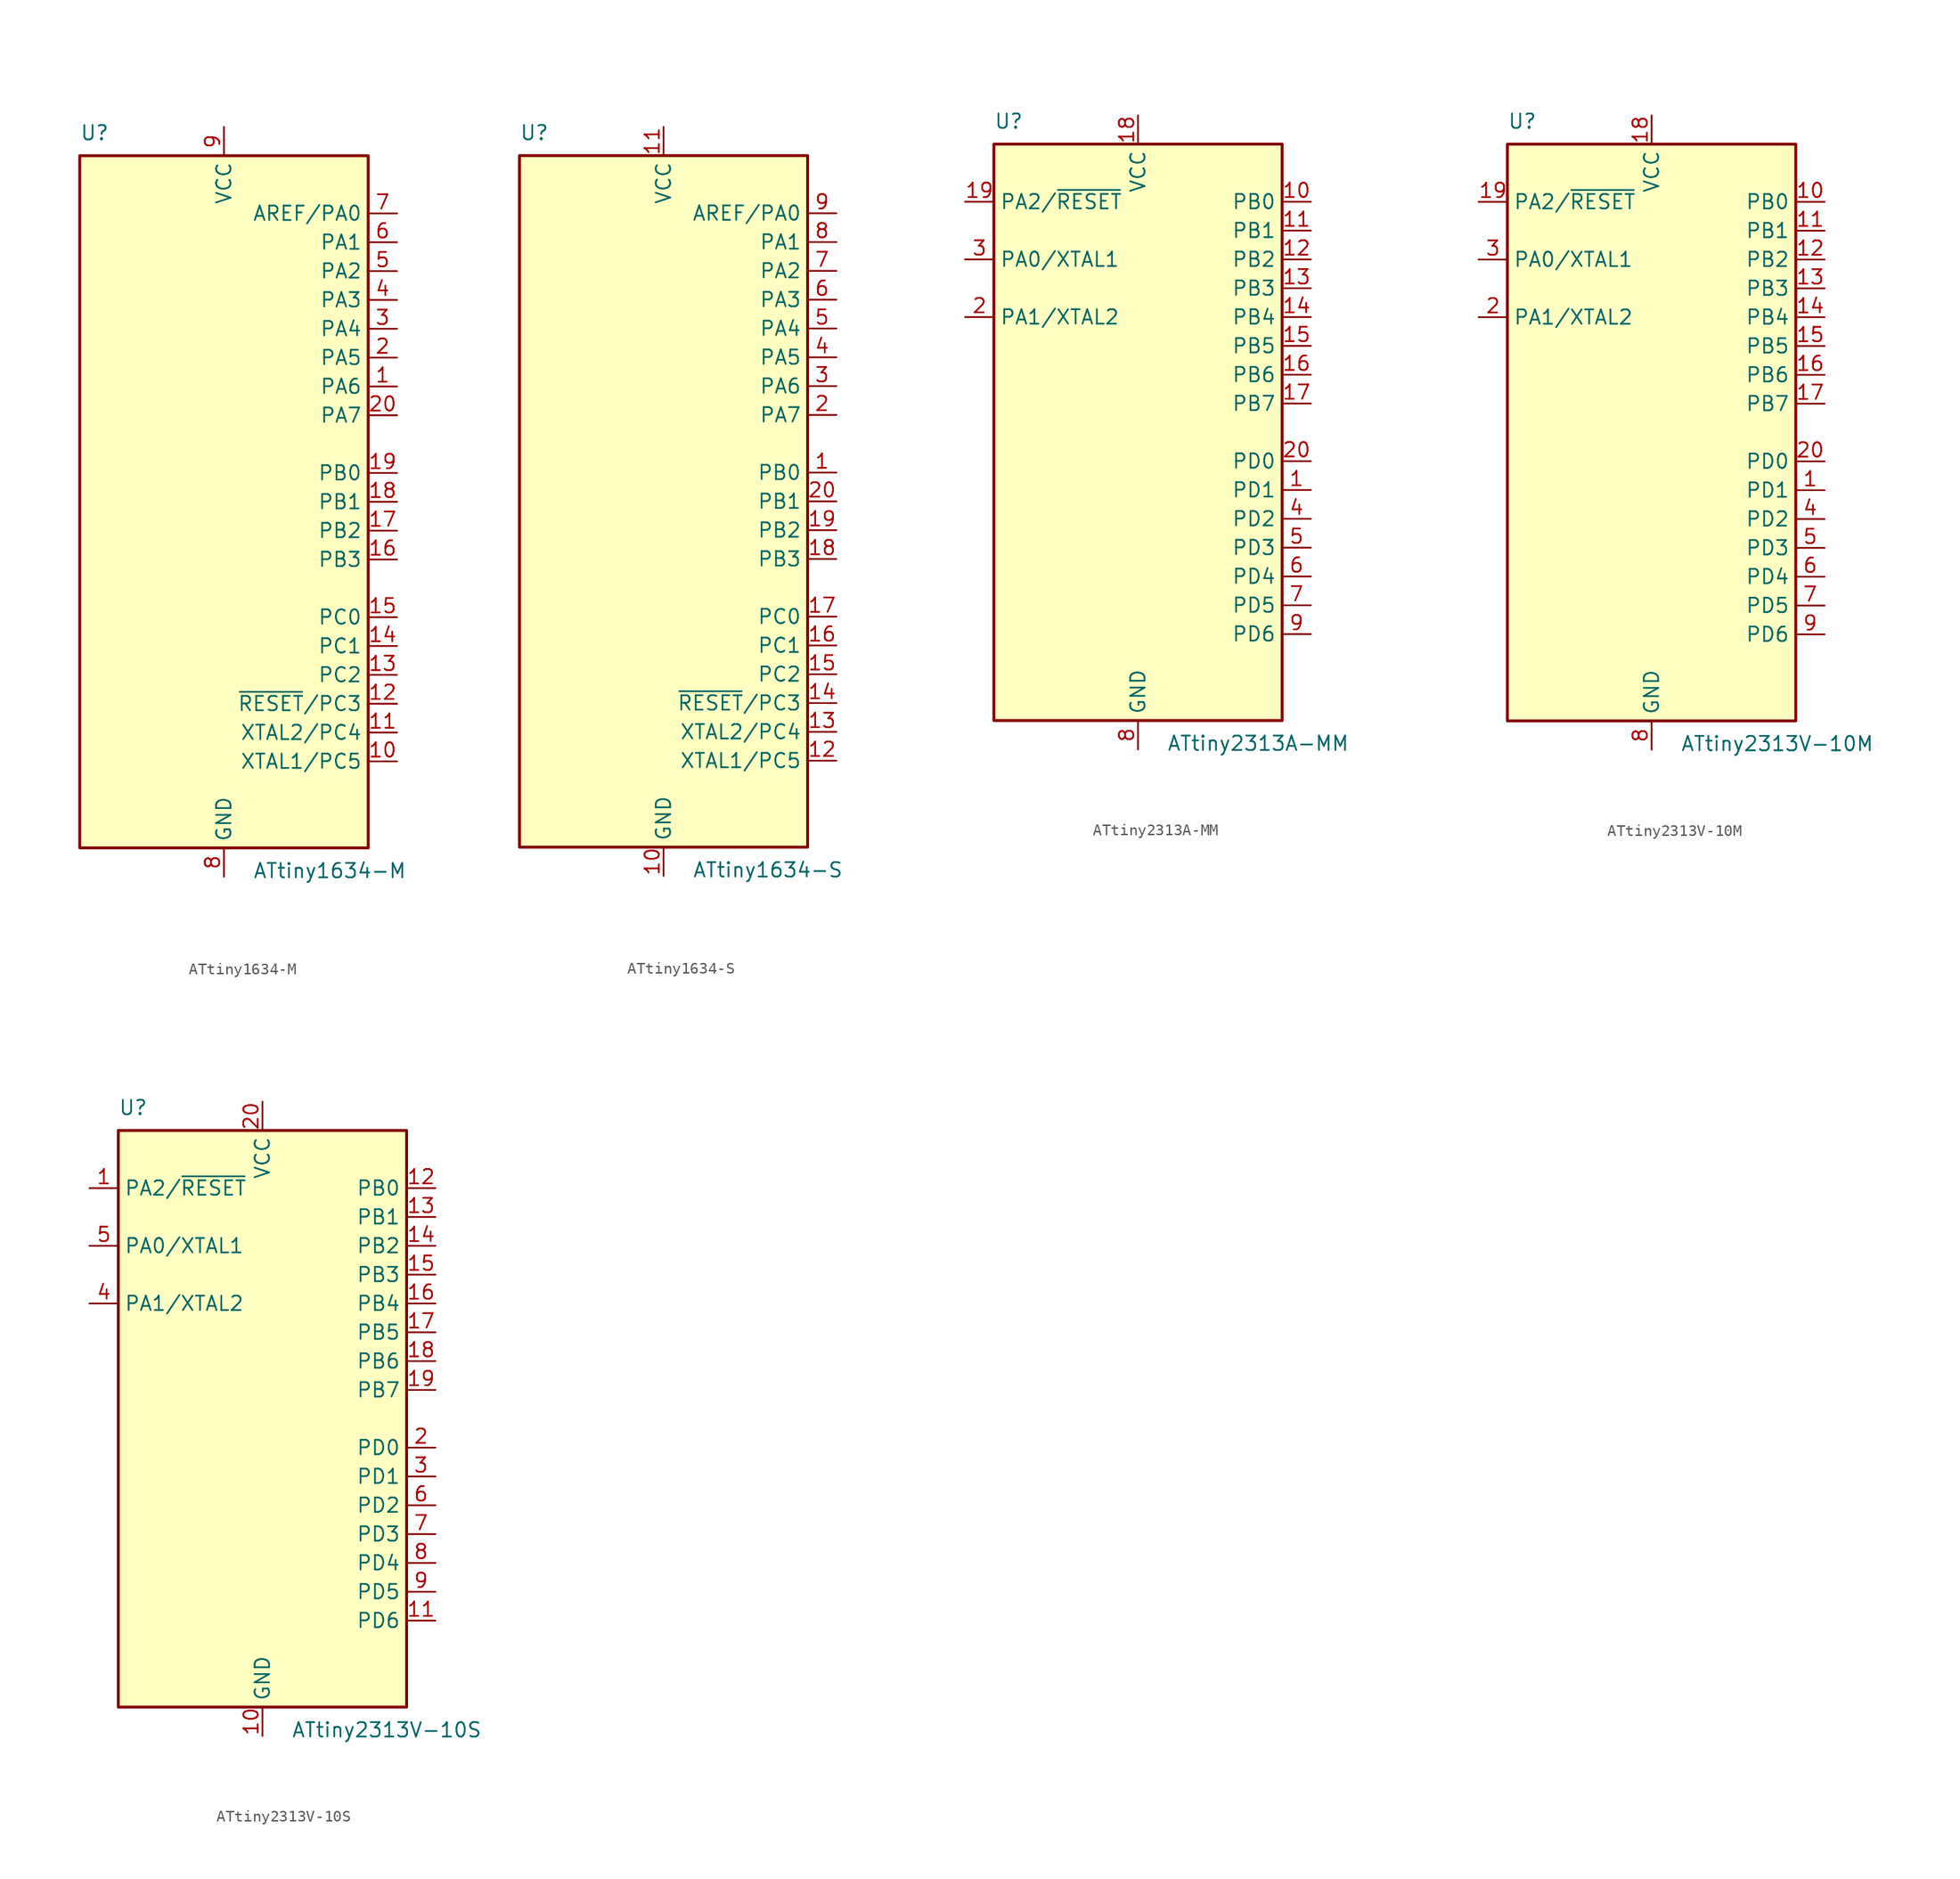
<source format=kicad_sym>
(kicad_symbol_lib
  (version 20201005)
  (generator kicad_symbol_editor)
  (symbol "ATtiny1634-M"
    (property "Reference" "U"
      (at -12.7 31.75 0)
      (effects (font (size 1.27 1.27)) (justify left bottom)))
    (property "Value" "ATtiny1634-M"
      (at 2.54 -31.75 0)
      (effects (font (size 1.27 1.27)) (justify left top)))
    (symbol "ATtiny1634-M_0_1"
      (rectangle (start -12.7 -30.48) (end 12.7 30.48) (stroke (width 0.254)) (fill (type background))))
    (symbol "ATtiny1634-M_1_1"
      (pin bidirectional line (at 15.24 10.16 180) (length 2.54) (name "PA6" (effects (font (size 1.27 1.27)))) (number "1" (effects (font (size 1.27 1.27)))))
      (pin bidirectional line (at 15.24 -22.86 180) (length 2.54) (name "XTAL1/PC5" (effects (font (size 1.27 1.27)))) (number "10" (effects (font (size 1.27 1.27)))))
      (pin bidirectional line (at 15.24 -20.32 180) (length 2.54) (name "XTAL2/PC4" (effects (font (size 1.27 1.27)))) (number "11" (effects (font (size 1.27 1.27)))))
      (pin bidirectional line (at 15.24 -17.78 180) (length 2.54) (name "~RESET~/PC3" (effects (font (size 1.27 1.27)))) (number "12" (effects (font (size 1.27 1.27)))))
      (pin bidirectional line (at 15.24 -15.24 180) (length 2.54) (name "PC2" (effects (font (size 1.27 1.27)))) (number "13" (effects (font (size 1.27 1.27)))))
      (pin bidirectional line (at 15.24 -12.7 180) (length 2.54) (name "PC1" (effects (font (size 1.27 1.27)))) (number "14" (effects (font (size 1.27 1.27)))))
      (pin bidirectional line (at 15.24 -10.16 180) (length 2.54) (name "PC0" (effects (font (size 1.27 1.27)))) (number "15" (effects (font (size 1.27 1.27)))))
      (pin bidirectional line (at 15.24 -5.08 180) (length 2.54) (name "PB3" (effects (font (size 1.27 1.27)))) (number "16" (effects (font (size 1.27 1.27)))))
      (pin bidirectional line (at 15.24 -2.54 180) (length 2.54) (name "PB2" (effects (font (size 1.27 1.27)))) (number "17" (effects (font (size 1.27 1.27)))))
      (pin bidirectional line (at 15.24 0 180) (length 2.54) (name "PB1" (effects (font (size 1.27 1.27)))) (number "18" (effects (font (size 1.27 1.27)))))
      (pin bidirectional line (at 15.24 2.54 180) (length 2.54) (name "PB0" (effects (font (size 1.27 1.27)))) (number "19" (effects (font (size 1.27 1.27)))))
      (pin bidirectional line (at 15.24 12.7 180) (length 2.54) (name "PA5" (effects (font (size 1.27 1.27)))) (number "2" (effects (font (size 1.27 1.27)))))
      (pin bidirectional line (at 15.24 7.62 180) (length 2.54) (name "PA7" (effects (font (size 1.27 1.27)))) (number "20" (effects (font (size 1.27 1.27)))))
      (pin passive line (at 0 -33.02 90) (length 2.54) hide (name "GND" (effects (font (size 1.27 1.27)))) (number "21" (effects (font (size 1.27 1.27)))))
      (pin bidirectional line (at 15.24 15.24 180) (length 2.54) (name "PA4" (effects (font (size 1.27 1.27)))) (number "3" (effects (font (size 1.27 1.27)))))
      (pin bidirectional line (at 15.24 17.78 180) (length 2.54) (name "PA3" (effects (font (size 1.27 1.27)))) (number "4" (effects (font (size 1.27 1.27)))))
      (pin bidirectional line (at 15.24 20.32 180) (length 2.54) (name "PA2" (effects (font (size 1.27 1.27)))) (number "5" (effects (font (size 1.27 1.27)))))
      (pin bidirectional line (at 15.24 22.86 180) (length 2.54) (name "PA1" (effects (font (size 1.27 1.27)))) (number "6" (effects (font (size 1.27 1.27)))))
      (pin bidirectional line (at 15.24 25.4 180) (length 2.54) (name "AREF/PA0" (effects (font (size 1.27 1.27)))) (number "7" (effects (font (size 1.27 1.27)))))
      (pin power_in line (at 0 -33.02 90) (length 2.54) (name "GND" (effects (font (size 1.27 1.27)))) (number "8" (effects (font (size 1.27 1.27)))))
      (pin power_in line (at 0 33.02 270) (length 2.54) (name "VCC" (effects (font (size 1.27 1.27)))) (number "9" (effects (font (size 1.27 1.27)))))))
  (symbol "ATtiny1634-S"
    (property "Reference" "U"
      (at -12.7 31.75 0)
      (effects (font (size 1.27 1.27)) (justify left bottom)))
    (property "Value" "ATtiny1634-S"
      (at 2.54 -31.75 0)
      (effects (font (size 1.27 1.27)) (justify left top)))
    (symbol "ATtiny1634-S_0_1"
      (rectangle (start -12.7 -30.48) (end 12.7 30.48) (stroke (width 0.254)) (fill (type background))))
    (symbol "ATtiny1634-S_1_1"
      (pin bidirectional line (at 15.24 2.54 180) (length 2.54) (name "PB0" (effects (font (size 1.27 1.27)))) (number "1" (effects (font (size 1.27 1.27)))))
      (pin power_in line (at 0 -33.02 90) (length 2.54) (name "GND" (effects (font (size 1.27 1.27)))) (number "10" (effects (font (size 1.27 1.27)))))
      (pin power_in line (at 0 33.02 270) (length 2.54) (name "VCC" (effects (font (size 1.27 1.27)))) (number "11" (effects (font (size 1.27 1.27)))))
      (pin bidirectional line (at 15.24 -22.86 180) (length 2.54) (name "XTAL1/PC5" (effects (font (size 1.27 1.27)))) (number "12" (effects (font (size 1.27 1.27)))))
      (pin bidirectional line (at 15.24 -20.32 180) (length 2.54) (name "XTAL2/PC4" (effects (font (size 1.27 1.27)))) (number "13" (effects (font (size 1.27 1.27)))))
      (pin bidirectional line (at 15.24 -17.78 180) (length 2.54) (name "~RESET~/PC3" (effects (font (size 1.27 1.27)))) (number "14" (effects (font (size 1.27 1.27)))))
      (pin bidirectional line (at 15.24 -15.24 180) (length 2.54) (name "PC2" (effects (font (size 1.27 1.27)))) (number "15" (effects (font (size 1.27 1.27)))))
      (pin bidirectional line (at 15.24 -12.7 180) (length 2.54) (name "PC1" (effects (font (size 1.27 1.27)))) (number "16" (effects (font (size 1.27 1.27)))))
      (pin bidirectional line (at 15.24 -10.16 180) (length 2.54) (name "PC0" (effects (font (size 1.27 1.27)))) (number "17" (effects (font (size 1.27 1.27)))))
      (pin bidirectional line (at 15.24 -5.08 180) (length 2.54) (name "PB3" (effects (font (size 1.27 1.27)))) (number "18" (effects (font (size 1.27 1.27)))))
      (pin bidirectional line (at 15.24 -2.54 180) (length 2.54) (name "PB2" (effects (font (size 1.27 1.27)))) (number "19" (effects (font (size 1.27 1.27)))))
      (pin bidirectional line (at 15.24 7.62 180) (length 2.54) (name "PA7" (effects (font (size 1.27 1.27)))) (number "2" (effects (font (size 1.27 1.27)))))
      (pin bidirectional line (at 15.24 0 180) (length 2.54) (name "PB1" (effects (font (size 1.27 1.27)))) (number "20" (effects (font (size 1.27 1.27)))))
      (pin bidirectional line (at 15.24 10.16 180) (length 2.54) (name "PA6" (effects (font (size 1.27 1.27)))) (number "3" (effects (font (size 1.27 1.27)))))
      (pin bidirectional line (at 15.24 12.7 180) (length 2.54) (name "PA5" (effects (font (size 1.27 1.27)))) (number "4" (effects (font (size 1.27 1.27)))))
      (pin bidirectional line (at 15.24 15.24 180) (length 2.54) (name "PA4" (effects (font (size 1.27 1.27)))) (number "5" (effects (font (size 1.27 1.27)))))
      (pin bidirectional line (at 15.24 17.78 180) (length 2.54) (name "PA3" (effects (font (size 1.27 1.27)))) (number "6" (effects (font (size 1.27 1.27)))))
      (pin bidirectional line (at 15.24 20.32 180) (length 2.54) (name "PA2" (effects (font (size 1.27 1.27)))) (number "7" (effects (font (size 1.27 1.27)))))
      (pin bidirectional line (at 15.24 22.86 180) (length 2.54) (name "PA1" (effects (font (size 1.27 1.27)))) (number "8" (effects (font (size 1.27 1.27)))))
      (pin bidirectional line (at 15.24 25.4 180) (length 2.54) (name "AREF/PA0" (effects (font (size 1.27 1.27)))) (number "9" (effects (font (size 1.27 1.27)))))))
  (symbol "ATtiny2313A-MM"
    (property "Reference" "U"
      (at -12.7 26.67 0)
      (effects (font (size 1.27 1.27)) (justify left bottom)))
    (property "Value" "ATtiny2313A-MM"
      (at 2.54 -26.67 0)
      (effects (font (size 1.27 1.27)) (justify left top)))
    (symbol "ATtiny2313A-MM_0_1"
      (rectangle (start -12.7 -25.4) (end 12.7 25.4) (stroke (width 0.254)) (fill (type background))))
    (symbol "ATtiny2313A-MM_1_1"
      (pin bidirectional line (at 15.24 -5.08 180) (length 2.54) (name "PD1" (effects (font (size 1.27 1.27)))) (number "1" (effects (font (size 1.27 1.27)))))
      (pin bidirectional line (at 15.24 20.32 180) (length 2.54) (name "PB0" (effects (font (size 1.27 1.27)))) (number "10" (effects (font (size 1.27 1.27)))))
      (pin bidirectional line (at 15.24 17.78 180) (length 2.54) (name "PB1" (effects (font (size 1.27 1.27)))) (number "11" (effects (font (size 1.27 1.27)))))
      (pin bidirectional line (at 15.24 15.24 180) (length 2.54) (name "PB2" (effects (font (size 1.27 1.27)))) (number "12" (effects (font (size 1.27 1.27)))))
      (pin bidirectional line (at 15.24 12.7 180) (length 2.54) (name "PB3" (effects (font (size 1.27 1.27)))) (number "13" (effects (font (size 1.27 1.27)))))
      (pin bidirectional line (at 15.24 10.16 180) (length 2.54) (name "PB4" (effects (font (size 1.27 1.27)))) (number "14" (effects (font (size 1.27 1.27)))))
      (pin bidirectional line (at 15.24 7.62 180) (length 2.54) (name "PB5" (effects (font (size 1.27 1.27)))) (number "15" (effects (font (size 1.27 1.27)))))
      (pin bidirectional line (at 15.24 5.08 180) (length 2.54) (name "PB6" (effects (font (size 1.27 1.27)))) (number "16" (effects (font (size 1.27 1.27)))))
      (pin bidirectional line (at 15.24 2.54 180) (length 2.54) (name "PB7" (effects (font (size 1.27 1.27)))) (number "17" (effects (font (size 1.27 1.27)))))
      (pin power_in line (at 0 27.94 270) (length 2.54) (name "VCC" (effects (font (size 1.27 1.27)))) (number "18" (effects (font (size 1.27 1.27)))))
      (pin bidirectional line (at -15.24 20.32 0) (length 2.54) (name "PA2/~RESET" (effects (font (size 1.27 1.27)))) (number "19" (effects (font (size 1.27 1.27)))))
      (pin bidirectional line (at -15.24 10.16 0) (length 2.54) (name "PA1/XTAL2" (effects (font (size 1.27 1.27)))) (number "2" (effects (font (size 1.27 1.27)))))
      (pin bidirectional line (at 15.24 -2.54 180) (length 2.54) (name "PD0" (effects (font (size 1.27 1.27)))) (number "20" (effects (font (size 1.27 1.27)))))
      (pin passive line (at 0 -27.94 90) (length 2.54) hide (name "GND" (effects (font (size 1.27 1.27)))) (number "21" (effects (font (size 1.27 1.27)))))
      (pin bidirectional line (at -15.24 15.24 0) (length 2.54) (name "PA0/XTAL1" (effects (font (size 1.27 1.27)))) (number "3" (effects (font (size 1.27 1.27)))))
      (pin bidirectional line (at 15.24 -7.62 180) (length 2.54) (name "PD2" (effects (font (size 1.27 1.27)))) (number "4" (effects (font (size 1.27 1.27)))))
      (pin bidirectional line (at 15.24 -10.16 180) (length 2.54) (name "PD3" (effects (font (size 1.27 1.27)))) (number "5" (effects (font (size 1.27 1.27)))))
      (pin bidirectional line (at 15.24 -12.7 180) (length 2.54) (name "PD4" (effects (font (size 1.27 1.27)))) (number "6" (effects (font (size 1.27 1.27)))))
      (pin bidirectional line (at 15.24 -15.24 180) (length 2.54) (name "PD5" (effects (font (size 1.27 1.27)))) (number "7" (effects (font (size 1.27 1.27)))))
      (pin power_in line (at 0 -27.94 90) (length 2.54) (name "GND" (effects (font (size 1.27 1.27)))) (number "8" (effects (font (size 1.27 1.27)))))
      (pin bidirectional line (at 15.24 -17.78 180) (length 2.54) (name "PD6" (effects (font (size 1.27 1.27)))) (number "9" (effects (font (size 1.27 1.27)))))))
  (symbol "ATtiny2313V-10M"
    (property "Reference" "U"
      (at -12.7 26.67 0)
      (effects (font (size 1.27 1.27)) (justify left bottom)))
    (property "Value" "ATtiny2313V-10M"
      (at 2.54 -26.67 0)
      (effects (font (size 1.27 1.27)) (justify left top)))
    (symbol "ATtiny2313V-10M_0_1"
      (rectangle (start -12.7 -25.4) (end 12.7 25.4) (stroke (width 0.254)) (fill (type background))))
    (symbol "ATtiny2313V-10M_1_1"
      (pin bidirectional line (at 15.24 -5.08 180) (length 2.54) (name "PD1" (effects (font (size 1.27 1.27)))) (number "1" (effects (font (size 1.27 1.27)))))
      (pin bidirectional line (at 15.24 20.32 180) (length 2.54) (name "PB0" (effects (font (size 1.27 1.27)))) (number "10" (effects (font (size 1.27 1.27)))))
      (pin bidirectional line (at 15.24 17.78 180) (length 2.54) (name "PB1" (effects (font (size 1.27 1.27)))) (number "11" (effects (font (size 1.27 1.27)))))
      (pin bidirectional line (at 15.24 15.24 180) (length 2.54) (name "PB2" (effects (font (size 1.27 1.27)))) (number "12" (effects (font (size 1.27 1.27)))))
      (pin bidirectional line (at 15.24 12.7 180) (length 2.54) (name "PB3" (effects (font (size 1.27 1.27)))) (number "13" (effects (font (size 1.27 1.27)))))
      (pin bidirectional line (at 15.24 10.16 180) (length 2.54) (name "PB4" (effects (font (size 1.27 1.27)))) (number "14" (effects (font (size 1.27 1.27)))))
      (pin bidirectional line (at 15.24 7.62 180) (length 2.54) (name "PB5" (effects (font (size 1.27 1.27)))) (number "15" (effects (font (size 1.27 1.27)))))
      (pin bidirectional line (at 15.24 5.08 180) (length 2.54) (name "PB6" (effects (font (size 1.27 1.27)))) (number "16" (effects (font (size 1.27 1.27)))))
      (pin bidirectional line (at 15.24 2.54 180) (length 2.54) (name "PB7" (effects (font (size 1.27 1.27)))) (number "17" (effects (font (size 1.27 1.27)))))
      (pin power_in line (at 0 27.94 270) (length 2.54) (name "VCC" (effects (font (size 1.27 1.27)))) (number "18" (effects (font (size 1.27 1.27)))))
      (pin bidirectional line (at -15.24 20.32 0) (length 2.54) (name "PA2/~RESET" (effects (font (size 1.27 1.27)))) (number "19" (effects (font (size 1.27 1.27)))))
      (pin bidirectional line (at -15.24 10.16 0) (length 2.54) (name "PA1/XTAL2" (effects (font (size 1.27 1.27)))) (number "2" (effects (font (size 1.27 1.27)))))
      (pin bidirectional line (at 15.24 -2.54 180) (length 2.54) (name "PD0" (effects (font (size 1.27 1.27)))) (number "20" (effects (font (size 1.27 1.27)))))
      (pin passive line (at 0 -27.94 90) (length 2.54) hide (name "GND" (effects (font (size 1.27 1.27)))) (number "21" (effects (font (size 1.27 1.27)))))
      (pin bidirectional line (at -15.24 15.24 0) (length 2.54) (name "PA0/XTAL1" (effects (font (size 1.27 1.27)))) (number "3" (effects (font (size 1.27 1.27)))))
      (pin bidirectional line (at 15.24 -7.62 180) (length 2.54) (name "PD2" (effects (font (size 1.27 1.27)))) (number "4" (effects (font (size 1.27 1.27)))))
      (pin bidirectional line (at 15.24 -10.16 180) (length 2.54) (name "PD3" (effects (font (size 1.27 1.27)))) (number "5" (effects (font (size 1.27 1.27)))))
      (pin bidirectional line (at 15.24 -12.7 180) (length 2.54) (name "PD4" (effects (font (size 1.27 1.27)))) (number "6" (effects (font (size 1.27 1.27)))))
      (pin bidirectional line (at 15.24 -15.24 180) (length 2.54) (name "PD5" (effects (font (size 1.27 1.27)))) (number "7" (effects (font (size 1.27 1.27)))))
      (pin power_in line (at 0 -27.94 90) (length 2.54) (name "GND" (effects (font (size 1.27 1.27)))) (number "8" (effects (font (size 1.27 1.27)))))
      (pin bidirectional line (at 15.24 -17.78 180) (length 2.54) (name "PD6" (effects (font (size 1.27 1.27)))) (number "9" (effects (font (size 1.27 1.27)))))))
  (symbol "ATtiny2313V-10S"
    (property "Reference" "U"
      (at -12.7 26.67 0)
      (effects (font (size 1.27 1.27)) (justify left bottom)))
    (property "Value" "ATtiny2313V-10S"
      (at 2.54 -26.67 0)
      (effects (font (size 1.27 1.27)) (justify left top)))
    (symbol "ATtiny2313V-10S_0_1"
      (rectangle (start -12.7 -25.4) (end 12.7 25.4) (stroke (width 0.254)) (fill (type background))))
    (symbol "ATtiny2313V-10S_1_1"
      (pin bidirectional line (at -15.24 20.32 0) (length 2.54) (name "PA2/~RESET" (effects (font (size 1.27 1.27)))) (number "1" (effects (font (size 1.27 1.27)))))
      (pin power_in line (at 0 -27.94 90) (length 2.54) (name "GND" (effects (font (size 1.27 1.27)))) (number "10" (effects (font (size 1.27 1.27)))))
      (pin bidirectional line (at 15.24 -17.78 180) (length 2.54) (name "PD6" (effects (font (size 1.27 1.27)))) (number "11" (effects (font (size 1.27 1.27)))))
      (pin bidirectional line (at 15.24 20.32 180) (length 2.54) (name "PB0" (effects (font (size 1.27 1.27)))) (number "12" (effects (font (size 1.27 1.27)))))
      (pin bidirectional line (at 15.24 17.78 180) (length 2.54) (name "PB1" (effects (font (size 1.27 1.27)))) (number "13" (effects (font (size 1.27 1.27)))))
      (pin bidirectional line (at 15.24 15.24 180) (length 2.54) (name "PB2" (effects (font (size 1.27 1.27)))) (number "14" (effects (font (size 1.27 1.27)))))
      (pin bidirectional line (at 15.24 12.7 180) (length 2.54) (name "PB3" (effects (font (size 1.27 1.27)))) (number "15" (effects (font (size 1.27 1.27)))))
      (pin bidirectional line (at 15.24 10.16 180) (length 2.54) (name "PB4" (effects (font (size 1.27 1.27)))) (number "16" (effects (font (size 1.27 1.27)))))
      (pin bidirectional line (at 15.24 7.62 180) (length 2.54) (name "PB5" (effects (font (size 1.27 1.27)))) (number "17" (effects (font (size 1.27 1.27)))))
      (pin bidirectional line (at 15.24 5.08 180) (length 2.54) (name "PB6" (effects (font (size 1.27 1.27)))) (number "18" (effects (font (size 1.27 1.27)))))
      (pin bidirectional line (at 15.24 2.54 180) (length 2.54) (name "PB7" (effects (font (size 1.27 1.27)))) (number "19" (effects (font (size 1.27 1.27)))))
      (pin bidirectional line (at 15.24 -2.54 180) (length 2.54) (name "PD0" (effects (font (size 1.27 1.27)))) (number "2" (effects (font (size 1.27 1.27)))))
      (pin power_in line (at 0 27.94 270) (length 2.54) (name "VCC" (effects (font (size 1.27 1.27)))) (number "20" (effects (font (size 1.27 1.27)))))
      (pin bidirectional line (at 15.24 -5.08 180) (length 2.54) (name "PD1" (effects (font (size 1.27 1.27)))) (number "3" (effects (font (size 1.27 1.27)))))
      (pin bidirectional line (at -15.24 10.16 0) (length 2.54) (name "PA1/XTAL2" (effects (font (size 1.27 1.27)))) (number "4" (effects (font (size 1.27 1.27)))))
      (pin bidirectional line (at -15.24 15.24 0) (length 2.54) (name "PA0/XTAL1" (effects (font (size 1.27 1.27)))) (number "5" (effects (font (size 1.27 1.27)))))
      (pin bidirectional line (at 15.24 -7.62 180) (length 2.54) (name "PD2" (effects (font (size 1.27 1.27)))) (number "6" (effects (font (size 1.27 1.27)))))
      (pin bidirectional line (at 15.24 -10.16 180) (length 2.54) (name "PD3" (effects (font (size 1.27 1.27)))) (number "7" (effects (font (size 1.27 1.27)))))
      (pin bidirectional line (at 15.24 -12.7 180) (length 2.54) (name "PD4" (effects (font (size 1.27 1.27)))) (number "8" (effects (font (size 1.27 1.27)))))
      (pin bidirectional line (at 15.24 -15.24 180) (length 2.54) (name "PD5" (effects (font (size 1.27 1.27)))) (number "9" (effects (font (size 1.27 1.27))))))))
</source>
